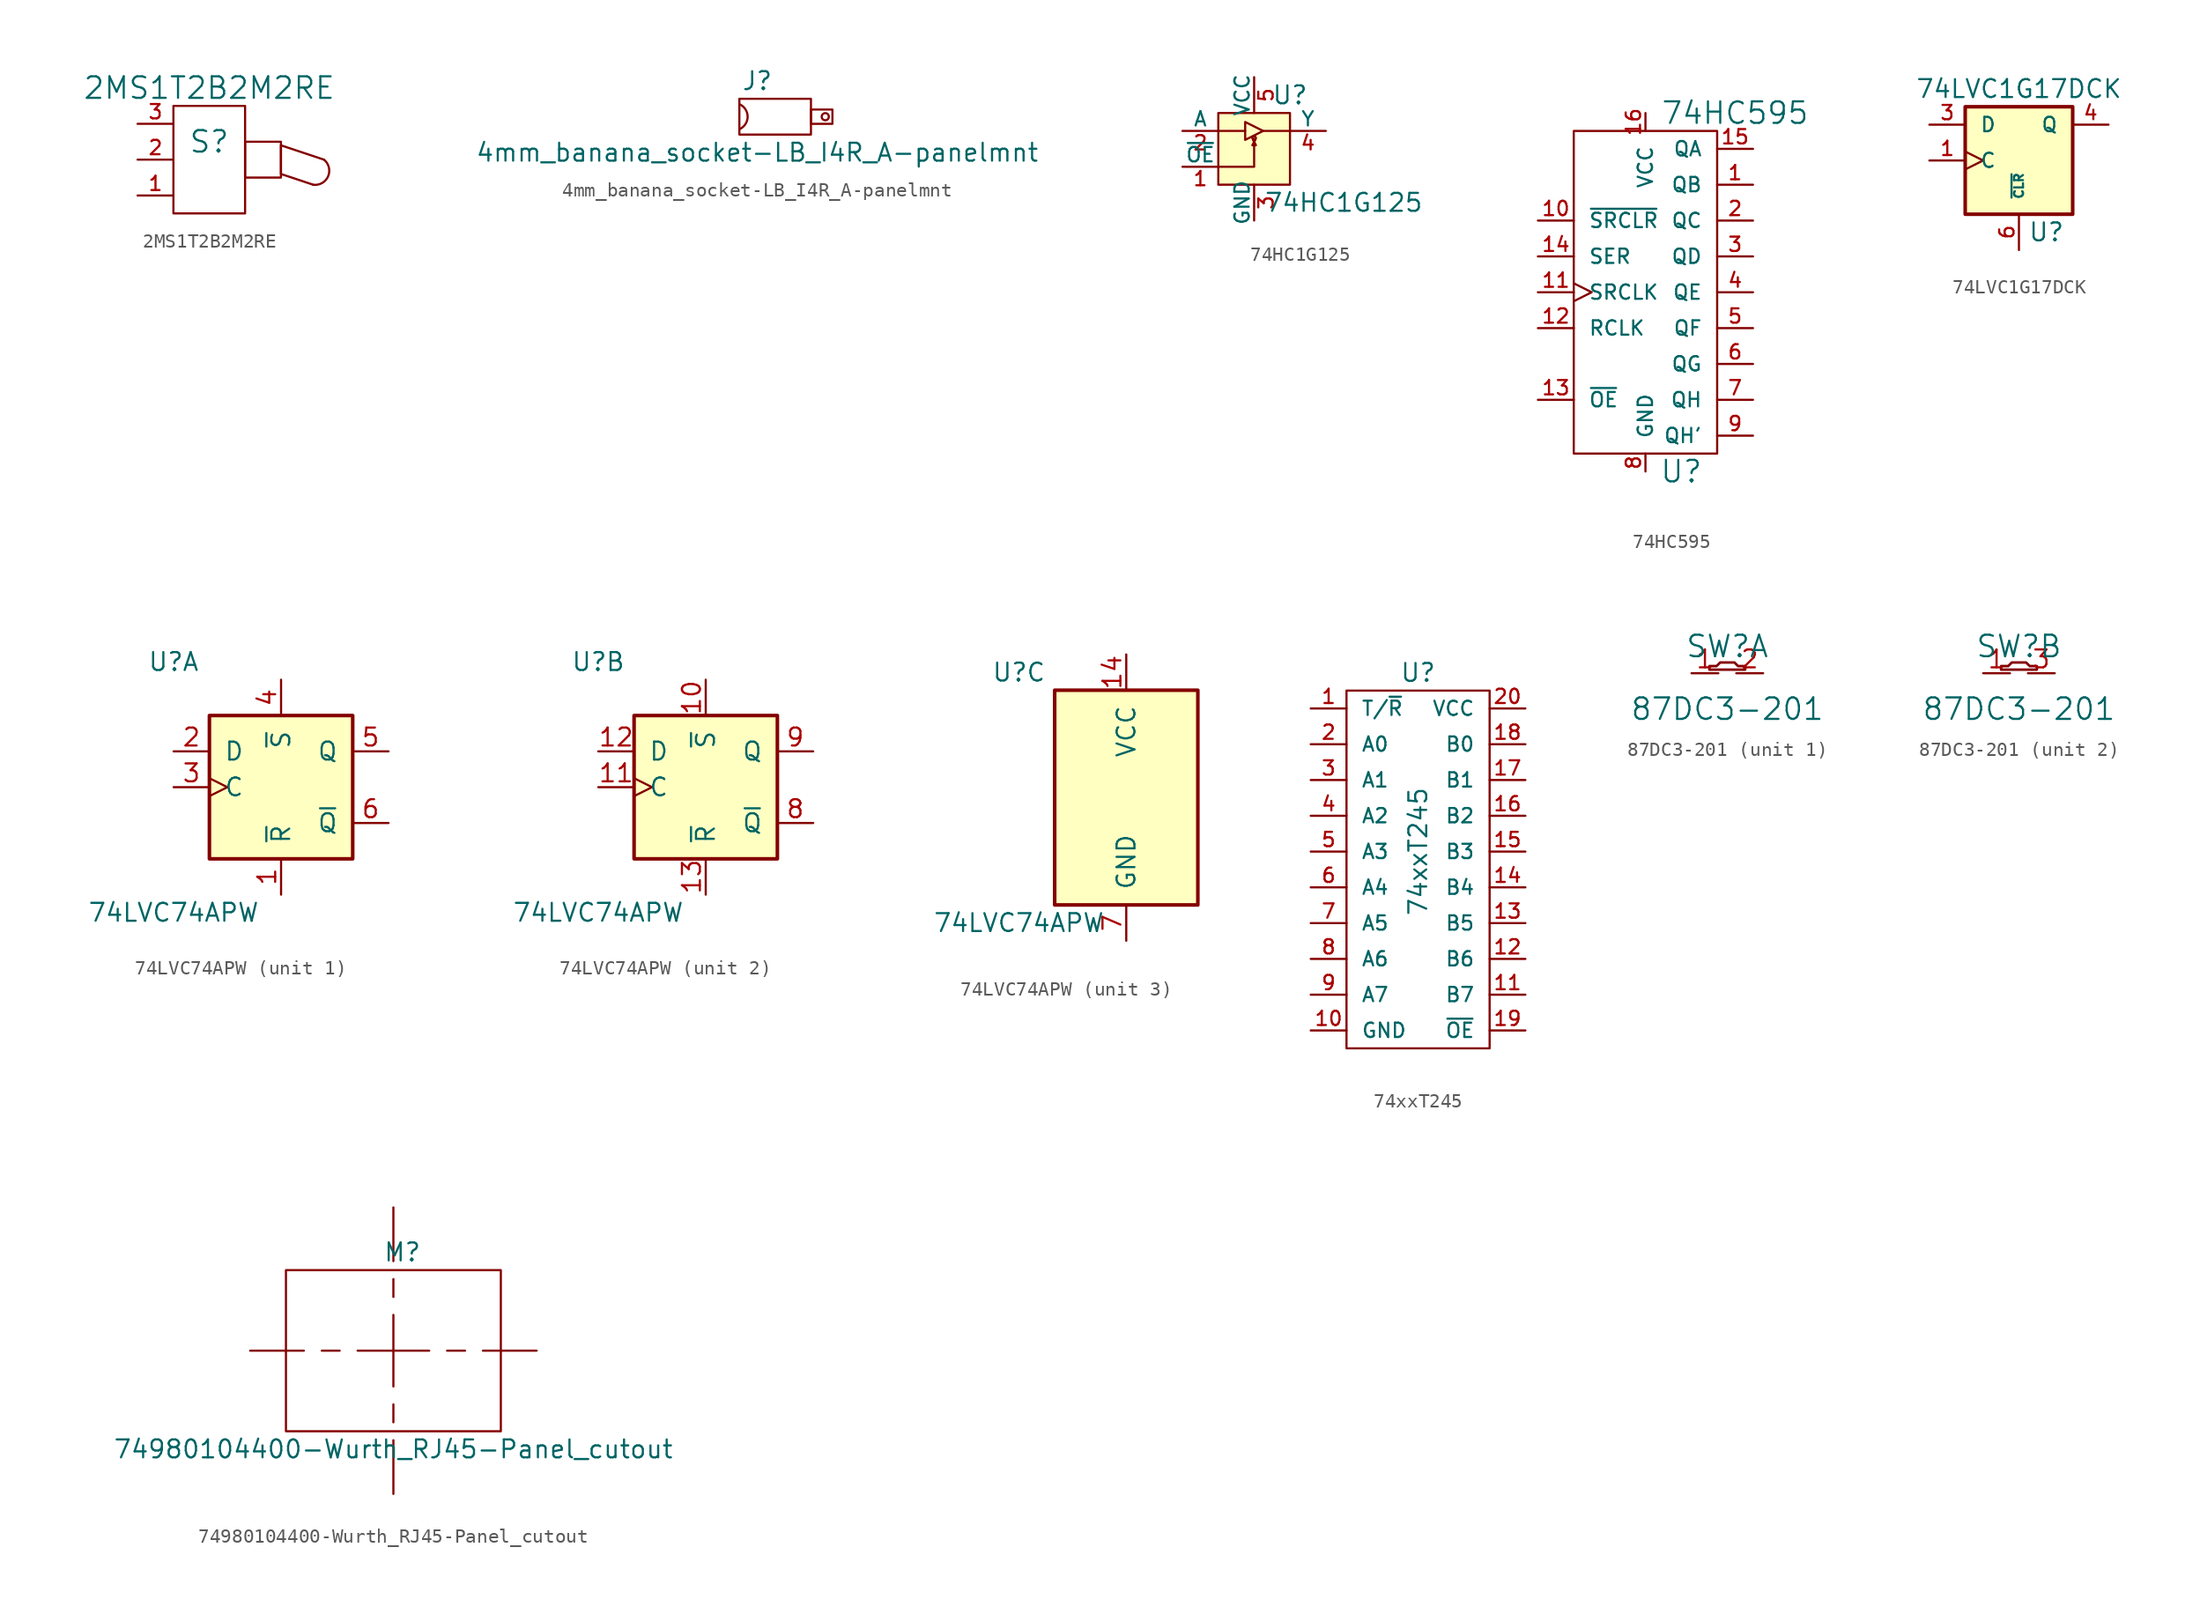
<source format=kicad_sym>
(kicad_symbol_lib
  (version 20211014)
  (generator kicad_symbol_editor)
  (symbol "2MS1T2B2M2RE"
    (pin_names
      (offset 1.016) hide)
    (property "Reference" "S"
      (at 0 1.27 0)
      (effects (font (size 1.524 1.524))))
    (property "Value" "2MS1T2B2M2RE"
      (at 0 5.08 0)
      (effects (font (size 1.524 1.524))))
    (symbol "2MS1T2B2M2RE_0_1"
      (rectangle (start -2.54 3.81) (end 2.54 -3.81) (stroke (width 0) (type default) (color 0 0 0 0)) (fill (type none)))
      (polyline (pts (xy 7.366 -1.778) (xy 5.08 -1.016) (xy 5.08 1.016) (xy 8.128 0)) (stroke (width 0) (type default) (color 0 0 0 0)) (fill (type none)))
      (rectangle (start 5.08 -1.27) (end 2.54 1.27) (stroke (width 0) (type default) (color 0 0 0 0)) (fill (type none)))
      (arc (start 7.366 -1.778) (mid 8.4245 -1.1794) (end 8.128 0) (stroke (width 0) (type default) (color 0 0 0 0)) (fill (type none))))
    (symbol "2MS1T2B2M2RE_1_1"
      (pin passive line (at -5.08 -2.54 0) (length 2.54) (name "1" (effects (font (size 1.016 1.016)))) (number "1" (effects (font (size 1.016 1.016)))))
      (pin passive line (at -5.08 0 0) (length 2.54) (name "2" (effects (font (size 1.016 1.016)))) (number "2" (effects (font (size 1.016 1.016)))))
      (pin passive line (at -5.08 2.54 0) (length 2.54) (name "3" (effects (font (size 1.016 1.016)))) (number "3" (effects (font (size 1.016 1.016)))))))
  (symbol "4mm_banana_socket-LB_I4R_A-panelmnt"
    (pin_names
      (offset 1.016))
    (property "Reference" "J"
      (at 0 2.54 0)
      (effects (font (size 1.27 1.27))))
    (property "Value" "4mm_banana_socket-LB_I4R_A-panelmnt"
      (at 0 -2.54 0)
      (effects (font (size 1.27 1.27))))
    (symbol "4mm_banana_socket-LB_I4R_A-panelmnt_0_1"
      (arc (start -1.27 -0.889) (mid -0.6838 0) (end -1.27 0.889) (stroke (width 0) (type default) (color 0 0 0 0)) (fill (type none)))
      (rectangle (start -1.27 1.27) (end 3.81 -1.27) (stroke (width 0) (type default) (color 0 0 0 0)) (fill (type none)))
      (rectangle (start 3.81 0.508) (end 5.334 -0.508) (stroke (width 0) (type default) (color 0 0 0 0)) (fill (type none)))
      (circle (center 4.826 0) (radius 0.254) (stroke (width 0) (type default) (color 0 0 0 0)) (fill (type none)))))
  (symbol "74HC1G125"
    (pin_names
      (offset 0))
    (property "Reference" "U"
      (at 2.54 3.81 0)
      (effects (font (size 1.27 1.27))))
    (property "Value" "74HC1G125"
      (at 6.35 -3.81 0)
      (effects (font (size 1.27 1.27))))
    (symbol "74HC1G125_0_1"
      (rectangle (start -2.54 2.54) (end 2.54 -2.54) (stroke (width 0) (type default) (color 0 0 0 0)) (fill (type background)))
      (polyline (pts (xy -2.54 1.27) (xy -0.635 1.27)) (stroke (width 0) (type default) (color 0 0 0 0)) (fill (type none)))
      (polyline (pts (xy 0.635 1.27) (xy 2.54 1.27)) (stroke (width 0) (type default) (color 0 0 0 0)) (fill (type none)))
      (polyline (pts (xy -2.54 -1.27) (xy 0 -1.27) (xy 0 0.635)) (stroke (width 0) (type default) (color 0 0 0 0)) (fill (type none)))
      (polyline (pts (xy -0.635 1.905) (xy -0.635 0.635) (xy 0.635 1.27) (xy -0.635 1.905)) (stroke (width 0) (type default) (color 0 0 0 0)) (fill (type none)))
      (polyline (pts (xy 0 0.508) (xy -0.127 0.254) (xy 0.127 0.254) (xy 0 0.508)) (stroke (width 0) (type default) (color 0 0 0 0)) (fill (type none)))
      (circle (center 0 0.635) (radius 0.0001) (stroke (width 0) (type default) (color 0 0 0 0)) (fill (type none)))
      (circle (center 0 0.762) (radius 0.127) (stroke (width 0) (type default) (color 0 0 0 0)) (fill (type none))))
    (symbol "74HC1G125_1_1"
      (pin input line (at -5.08 -1.27 0) (length 2.54) (name "~{OE}" (effects (font (size 1.016 1.016)))) (number "1" (effects (font (size 1.016 1.016)))))
      (pin input line (at -5.08 1.27 0) (length 2.54) (name "A" (effects (font (size 1.016 1.016)))) (number "2" (effects (font (size 1.016 1.016)))))
      (pin power_in line (at 0 -5.08 90) (length 2.54) (name "GND" (effects (font (size 1.016 1.016)))) (number "3" (effects (font (size 1.016 1.016)))))
      (pin tri_state line (at 5.08 1.27 180) (length 2.54) (name "Y" (effects (font (size 1.016 1.016)))) (number "4" (effects (font (size 1.016 1.016)))))
      (pin power_in line (at 0 5.08 270) (length 2.54) (name "VCC" (effects (font (size 1.016 1.016)))) (number "5" (effects (font (size 1.016 1.016)))))))
  (symbol "74HC595"
    (pin_names
      (offset 1.016))
    (property "Reference" "U"
      (at 2.54 -12.7 0)
      (effects (font (size 1.524 1.524))))
    (property "Value" "74HC595"
      (at 6.35 12.7 0)
      (effects (font (size 1.524 1.524))))
    (symbol "74HC595_0_1"
      (rectangle (start -5.08 11.43) (end 5.08 -11.43) (stroke (width 0) (type default) (color 0 0 0 0)) (fill (type none))))
    (symbol "74HC595_1_1"
      (pin output line (at 7.62 7.62 180) (length 2.54) (name "QB" (effects (font (size 1.016 1.016)))) (number "1" (effects (font (size 1.016 1.016)))))
      (pin input line (at -7.62 5.08 0) (length 2.54) (name "~{SRCLR}" (effects (font (size 1.016 1.016)))) (number "10" (effects (font (size 1.016 1.016)))))
      (pin input clock (at -7.62 0 0) (length 2.54) (name "SRCLK" (effects (font (size 1.016 1.016)))) (number "11" (effects (font (size 1.016 1.016)))))
      (pin input line (at -7.62 -2.54 0) (length 2.54) (name "RCLK" (effects (font (size 1.016 1.016)))) (number "12" (effects (font (size 1.016 1.016)))))
      (pin input line (at -7.62 -7.62 0) (length 2.54) (name "~{OE}" (effects (font (size 1.016 1.016)))) (number "13" (effects (font (size 1.016 1.016)))))
      (pin input line (at -7.62 2.54 0) (length 2.54) (name "SER" (effects (font (size 1.016 1.016)))) (number "14" (effects (font (size 1.016 1.016)))))
      (pin output line (at 7.62 10.16 180) (length 2.54) (name "QA" (effects (font (size 1.016 1.016)))) (number "15" (effects (font (size 1.016 1.016)))))
      (pin power_in line (at 0 12.7 270) (length 1.27) (name "VCC" (effects (font (size 1.016 1.016)))) (number "16" (effects (font (size 1.016 1.016)))))
      (pin output line (at 7.62 5.08 180) (length 2.54) (name "QC" (effects (font (size 1.016 1.016)))) (number "2" (effects (font (size 1.016 1.016)))))
      (pin output line (at 7.62 2.54 180) (length 2.54) (name "QD" (effects (font (size 1.016 1.016)))) (number "3" (effects (font (size 1.016 1.016)))))
      (pin output line (at 7.62 0 180) (length 2.54) (name "QE" (effects (font (size 1.016 1.016)))) (number "4" (effects (font (size 1.016 1.016)))))
      (pin output line (at 7.62 -2.54 180) (length 2.54) (name "QF" (effects (font (size 1.016 1.016)))) (number "5" (effects (font (size 1.016 1.016)))))
      (pin output line (at 7.62 -5.08 180) (length 2.54) (name "QG" (effects (font (size 1.016 1.016)))) (number "6" (effects (font (size 1.016 1.016)))))
      (pin output line (at 7.62 -7.62 180) (length 2.54) (name "QH" (effects (font (size 1.016 1.016)))) (number "7" (effects (font (size 1.016 1.016)))))
      (pin power_in line (at 0 -12.7 90) (length 1.27) (name "GND" (effects (font (size 1.016 1.016)))) (number "8" (effects (font (size 1.016 1.016)))))
      (pin output line (at 7.62 -10.16 180) (length 2.54) (name "QH'" (effects (font (size 1.016 1.016)))) (number "9" (effects (font (size 1.016 1.016)))))))
  (symbol "74LVC1G17DCK"
    (pin_names
      (offset 1.016))
    (property "Reference" "U"
      (at 0.635 -5.08 0)
      (effects (font (size 1.27 1.27)) (justify left)))
    (property "Value" "74LVC1G17DCK"
      (at 0 5.08 0)
      (effects (font (size 1.27 1.27))))
    (symbol "74LVC1G17DCK_1_1"
      (rectangle (start -3.81 3.81) (end 3.81 -3.81) (stroke (width 0.254) (type default) (color 0 0 0 0)) (fill (type background)))
      (pin input clock (at -6.35 0 0) (length 2.54) (name "C" (effects (font (size 1.016 1.016)))) (number "1" (effects (font (size 1.016 1.016)))))
      (pin power_in line (at -3.81 -3.81 90) (length 0) hide (name "GND" (effects (font (size 1.27 1.27)))) (number "2" (effects (font (size 1.27 1.27)))))
      (pin input line (at -6.35 2.54 0) (length 2.54) (name "D" (effects (font (size 1.016 1.016)))) (number "3" (effects (font (size 1.016 1.016)))))
      (pin output line (at 6.35 2.54 180) (length 2.54) (name "Q" (effects (font (size 1.016 1.016)))) (number "4" (effects (font (size 1.016 1.016)))))
      (pin power_in line (at 0 3.81 270) (length 0) hide (name "VCC" (effects (font (size 1.27 1.27)))) (number "5" (effects (font (size 1.27 1.27)))))
      (pin input line (at 0 -6.35 90) (length 2.54) (name "~{CLR}" (effects (font (size 0.635 0.635)))) (number "6" (effects (font (size 1.016 1.016)))))))
  (symbol "74LVC74APW"
    (pin_names
      (offset 1.016))
    (property "Reference" "U"
      (at -7.62 8.89 0)
      (effects (font (size 1.27 1.27))))
    (property "Value" "74LVC74APW"
      (at -7.62 -8.89 0)
      (effects (font (size 1.27 1.27))))
    (property "ki_locked" ""
      (at 0 0 0)
      (effects (font (size 1.27 1.27))))
    (symbol "74LVC74APW_1_0"
      (pin input line (at 0 -7.62 90) (length 2.54) (name "~{R}" (effects (font (size 1.27 1.27)))) (number "1" (effects (font (size 1.27 1.27)))))
      (pin input line (at -7.62 2.54 0) (length 2.54) (name "D" (effects (font (size 1.27 1.27)))) (number "2" (effects (font (size 1.27 1.27)))))
      (pin input clock (at -7.62 0 0) (length 2.54) (name "C" (effects (font (size 1.27 1.27)))) (number "3" (effects (font (size 1.27 1.27)))))
      (pin input line (at 0 7.62 270) (length 2.54) (name "~{S}" (effects (font (size 1.27 1.27)))) (number "4" (effects (font (size 1.27 1.27)))))
      (pin output line (at 7.62 2.54 180) (length 2.54) (name "Q" (effects (font (size 1.27 1.27)))) (number "5" (effects (font (size 1.27 1.27)))))
      (pin output line (at 7.62 -2.54 180) (length 2.54) (name "~{Q}" (effects (font (size 1.27 1.27)))) (number "6" (effects (font (size 1.27 1.27))))))
    (symbol "74LVC74APW_1_1"
      (rectangle (start -5.08 5.08) (end 5.08 -5.08) (stroke (width 0.254) (type default) (color 0 0 0 0)) (fill (type background))))
    (symbol "74LVC74APW_2_0"
      (pin input line (at 0 7.62 270) (length 2.54) (name "~{S}" (effects (font (size 1.27 1.27)))) (number "10" (effects (font (size 1.27 1.27)))))
      (pin input clock (at -7.62 0 0) (length 2.54) (name "C" (effects (font (size 1.27 1.27)))) (number "11" (effects (font (size 1.27 1.27)))))
      (pin input line (at -7.62 2.54 0) (length 2.54) (name "D" (effects (font (size 1.27 1.27)))) (number "12" (effects (font (size 1.27 1.27)))))
      (pin input line (at 0 -7.62 90) (length 2.54) (name "~{R}" (effects (font (size 1.27 1.27)))) (number "13" (effects (font (size 1.27 1.27)))))
      (pin output line (at 7.62 -2.54 180) (length 2.54) (name "~{Q}" (effects (font (size 1.27 1.27)))) (number "8" (effects (font (size 1.27 1.27)))))
      (pin output line (at 7.62 2.54 180) (length 2.54) (name "Q" (effects (font (size 1.27 1.27)))) (number "9" (effects (font (size 1.27 1.27))))))
    (symbol "74LVC74APW_2_1"
      (rectangle (start -5.08 5.08) (end 5.08 -5.08) (stroke (width 0.254) (type default) (color 0 0 0 0)) (fill (type background))))
    (symbol "74LVC74APW_3_0"
      (pin power_in line (at 0 10.16 270) (length 2.54) (name "VCC" (effects (font (size 1.27 1.27)))) (number "14" (effects (font (size 1.27 1.27)))))
      (pin power_in line (at 0 -10.16 90) (length 2.54) (name "GND" (effects (font (size 1.27 1.27)))) (number "7" (effects (font (size 1.27 1.27))))))
    (symbol "74LVC74APW_3_1"
      (rectangle (start -5.08 7.62) (end 5.08 -7.62) (stroke (width 0.254) (type default) (color 0 0 0 0)) (fill (type background)))))
  (symbol "74xxT245"
    (pin_names
      (offset 1.016))
    (property "Reference" "U"
      (at 0 12.7 0)
      (effects (font (size 1.27 1.27))))
    (property "Value" "74xxT245"
      (at 0 0 90)
      (effects (font (size 1.27 1.27))))
    (symbol "74xxT245_0_1"
      (rectangle (start -5.08 11.43) (end 5.08 -13.97) (stroke (width 0) (type default) (color 0 0 0 0)) (fill (type none))))
    (symbol "74xxT245_1_1"
      (pin input line (at -7.62 10.16 0) (length 2.54) (name "T/~{R}" (effects (font (size 1.016 1.016)))) (number "1" (effects (font (size 1.016 1.016)))))
      (pin power_in line (at -7.62 -12.7 0) (length 2.54) (name "GND" (effects (font (size 1.016 1.016)))) (number "10" (effects (font (size 1.016 1.016)))))
      (pin bidirectional line (at 7.62 -10.16 180) (length 2.54) (name "B7" (effects (font (size 1.016 1.016)))) (number "11" (effects (font (size 1.016 1.016)))))
      (pin bidirectional line (at 7.62 -7.62 180) (length 2.54) (name "B6" (effects (font (size 1.016 1.016)))) (number "12" (effects (font (size 1.016 1.016)))))
      (pin bidirectional line (at 7.62 -5.08 180) (length 2.54) (name "B5" (effects (font (size 1.016 1.016)))) (number "13" (effects (font (size 1.016 1.016)))))
      (pin bidirectional line (at 7.62 -2.54 180) (length 2.54) (name "B4" (effects (font (size 1.016 1.016)))) (number "14" (effects (font (size 1.016 1.016)))))
      (pin bidirectional line (at 7.62 0 180) (length 2.54) (name "B3" (effects (font (size 1.016 1.016)))) (number "15" (effects (font (size 1.016 1.016)))))
      (pin bidirectional line (at 7.62 2.54 180) (length 2.54) (name "B2" (effects (font (size 1.016 1.016)))) (number "16" (effects (font (size 1.016 1.016)))))
      (pin bidirectional line (at 7.62 5.08 180) (length 2.54) (name "B1" (effects (font (size 1.016 1.016)))) (number "17" (effects (font (size 1.016 1.016)))))
      (pin bidirectional line (at 7.62 7.62 180) (length 2.54) (name "B0" (effects (font (size 1.016 1.016)))) (number "18" (effects (font (size 1.016 1.016)))))
      (pin input line (at 7.62 -12.7 180) (length 2.54) (name "~{OE}" (effects (font (size 1.016 1.016)))) (number "19" (effects (font (size 1.016 1.016)))))
      (pin bidirectional line (at -7.62 7.62 0) (length 2.54) (name "A0" (effects (font (size 1.016 1.016)))) (number "2" (effects (font (size 1.016 1.016)))))
      (pin power_in line (at 7.62 10.16 180) (length 2.54) (name "VCC" (effects (font (size 1.016 1.016)))) (number "20" (effects (font (size 1.016 1.016)))))
      (pin bidirectional line (at -7.62 5.08 0) (length 2.54) (name "A1" (effects (font (size 1.016 1.016)))) (number "3" (effects (font (size 1.016 1.016)))))
      (pin bidirectional line (at -7.62 2.54 0) (length 2.54) (name "A2" (effects (font (size 1.016 1.016)))) (number "4" (effects (font (size 1.016 1.016)))))
      (pin bidirectional line (at -7.62 0 0) (length 2.54) (name "A3" (effects (font (size 1.016 1.016)))) (number "5" (effects (font (size 1.016 1.016)))))
      (pin bidirectional line (at -7.62 -2.54 0) (length 2.54) (name "A4" (effects (font (size 1.016 1.016)))) (number "6" (effects (font (size 1.016 1.016)))))
      (pin bidirectional line (at -7.62 -5.08 0) (length 2.54) (name "A5" (effects (font (size 1.016 1.016)))) (number "7" (effects (font (size 1.016 1.016)))))
      (pin bidirectional line (at -7.62 -7.62 0) (length 2.54) (name "A6" (effects (font (size 1.016 1.016)))) (number "8" (effects (font (size 1.016 1.016)))))
      (pin bidirectional line (at -7.62 -10.16 0) (length 2.54) (name "A7" (effects (font (size 1.016 1.016)))) (number "9" (effects (font (size 1.016 1.016)))))))
  (symbol "87DC3-201"
    (pin_names
      (offset 0) hide)
    (property "Reference" "SW"
      (at 0 1.905 0)
      (effects (font (size 1.524 1.524))))
    (property "Value" "87DC3-201"
      (at 0 -2.54 0)
      (effects (font (size 1.524 1.524))))
    (property "ki_locked" ""
      (at 0 0 0)
      (effects (font (size 1.27 1.27))))
    (symbol "87DC3-201_0_1"
      (polyline (pts (xy -1.27 0.254) (xy -1.27 0.508) (xy -0.762 0.508) (xy -0.508 0.762) (xy 0.508 0.762) (xy 0.762 0.508) (xy 1.27 0.508) (xy 1.27 0.254) (xy -1.27 0.254)) (stroke (width 0.178) (type default) (color 0 0 0 0)) (fill (type none))))
    (symbol "87DC3-201_1_1"
      (pin passive line (at -2.54 0 0) (length 1.905) (name "COM" (effects (font (size 1.27 1.27)))) (number "1" (effects (font (size 1.27 1.27)))))
      (pin passive line (at 2.54 0 180) (length 1.905) (name "A" (effects (font (size 1.27 1.27)))) (number "2" (effects (font (size 1.27 1.27))))))
    (symbol "87DC3-201_2_1"
      (pin passive line (at -2.54 0 0) (length 1.905) (name "COM" (effects (font (size 1.27 1.27)))) (number "1" (effects (font (size 1.27 1.27)))))
      (pin passive line (at 2.54 0 180) (length 1.905) (name "B" (effects (font (size 1.27 1.27)))) (number "3" (effects (font (size 1.27 1.27)))))))
  (symbol "74980104400-Wurth_RJ45-Panel_cutout"
    (pin_names
      (offset 1.016))
    (property "Reference" "M"
      (at 0.635 6.985 0)
      (effects (font (size 1.27 1.27))))
    (property "Value" "74980104400-Wurth_RJ45-Panel_cutout"
      (at 0 -6.985 0)
      (effects (font (size 1.27 1.27))))
    (symbol "74980104400-Wurth_RJ45-Panel_cutout_0_0"
      (polyline (pts (xy -6.35 0) (xy -10.16 0)) (stroke (width 0) (type default) (color 0 0 0 0)) (fill (type none)))
      (polyline (pts (xy -3.81 0) (xy -5.08 0)) (stroke (width 0) (type default) (color 0 0 0 0)) (fill (type none)))
      (polyline (pts (xy -2.54 0) (xy 2.54 0)) (stroke (width 0) (type default) (color 0 0 0 0)) (fill (type none)))
      (polyline (pts (xy 0 -6.35) (xy 0 -10.16)) (stroke (width 0) (type default) (color 0 0 0 0)) (fill (type none)))
      (polyline (pts (xy 0 -3.81) (xy 0 -5.08)) (stroke (width 0) (type default) (color 0 0 0 0)) (fill (type none)))
      (polyline (pts (xy 0 2.54) (xy 0 -2.54)) (stroke (width 0) (type default) (color 0 0 0 0)) (fill (type none)))
      (polyline (pts (xy 0 3.81) (xy 0 5.08)) (stroke (width 0) (type default) (color 0 0 0 0)) (fill (type none)))
      (polyline (pts (xy 0 6.35) (xy 0 10.16)) (stroke (width 0) (type default) (color 0 0 0 0)) (fill (type none)))
      (polyline (pts (xy 3.81 0) (xy 5.08 0)) (stroke (width 0) (type default) (color 0 0 0 0)) (fill (type none)))
      (polyline (pts (xy 6.35 0) (xy 10.16 0)) (stroke (width 0) (type default) (color 0 0 0 0)) (fill (type none))))
    (symbol "74980104400-Wurth_RJ45-Panel_cutout_0_1"
      (rectangle (start -7.62 5.715) (end 7.62 -5.715) (stroke (width 0) (type default) (color 0 0 0 0)) (fill (type none))))))
</source>
